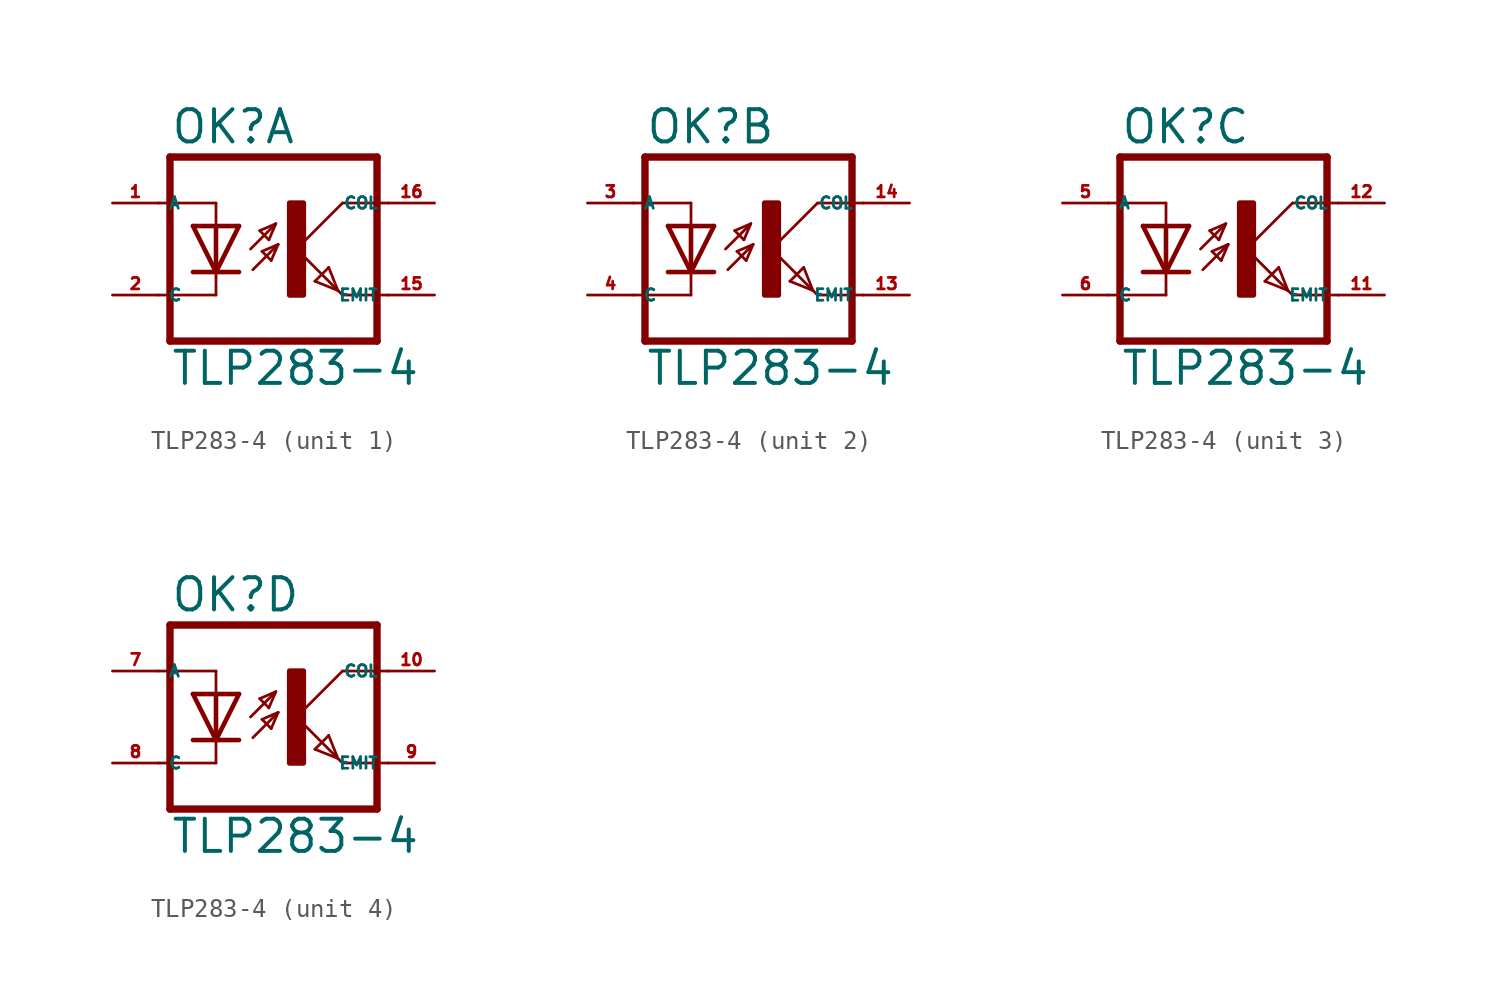
<source format=kicad_sym>
(kicad_symbol_lib
  (version 20220914)
  (generator kicad_symbol_editor)
  (symbol "TLP283-4"
    (property "Reference" "OK"
      (at -6.985 5.715 0)
      (effects (font (size 1.778 1.778) (thickness 0.22)) (justify left bottom)))
    (property "Value" "TLP283-4"
      (at -6.985 -7.62 0)
      (effects (font (size 1.778 1.778) (thickness 0.22)) (justify left bottom)))
    (symbol "TLP283-4_1_0"
      (rectangle (start -0.381 -2.54) (end 0.381 2.54) (stroke (width 0.3) (type default)) (fill (type outline)))
      (polyline (pts (xy -6.985 -5.08) (xy 4.445 -5.08)) (stroke (width 0.406) (type default)) (fill (type none)))
      (polyline (pts (xy -6.985 5.08) (xy -6.985 -5.08)) (stroke (width 0.406) (type default)) (fill (type none)))
      (polyline (pts (xy -6.985 5.08) (xy 4.445 5.08)) (stroke (width 0.406) (type default)) (fill (type none)))
      (polyline (pts (xy -4.445 -2.54) (xy -7.62 -2.54)) (stroke (width 0.152) (type default)) (fill (type none)))
      (polyline (pts (xy -4.445 -1.27) (xy -5.715 -1.27)) (stroke (width 0.254) (type default)) (fill (type none)))
      (polyline (pts (xy -4.445 -1.27) (xy -5.715 1.27)) (stroke (width 0.254) (type default)) (fill (type none)))
      (polyline (pts (xy -4.445 -1.27) (xy -4.445 -2.54)) (stroke (width 0.152) (type default)) (fill (type none)))
      (polyline (pts (xy -4.445 1.27) (xy -5.715 1.27)) (stroke (width 0.254) (type default)) (fill (type none)))
      (polyline (pts (xy -4.445 1.27) (xy -4.445 -1.27)) (stroke (width 0.254) (type default)) (fill (type none)))
      (polyline (pts (xy -4.445 2.54) (xy -7.62 2.54)) (stroke (width 0.152) (type default)) (fill (type none)))
      (polyline (pts (xy -4.445 2.54) (xy -4.445 1.27)) (stroke (width 0.152) (type default)) (fill (type none)))
      (polyline (pts (xy -3.175 -1.27) (xy -4.445 -1.27)) (stroke (width 0.254) (type default)) (fill (type none)))
      (polyline (pts (xy -3.175 1.27) (xy -4.445 -1.27)) (stroke (width 0.254) (type default)) (fill (type none)))
      (polyline (pts (xy -3.175 1.27) (xy -4.445 1.27)) (stroke (width 0.254) (type default)) (fill (type none)))
      (polyline (pts (xy -2.54 0) (xy -1.143 1.397)) (stroke (width 0.152) (type default)) (fill (type none)))
      (polyline (pts (xy -2.413 -1.143) (xy -1.016 0.254)) (stroke (width 0.152) (type default)) (fill (type none)))
      (polyline (pts (xy -2.032 1.016) (xy -1.524 0.508)) (stroke (width 0.152) (type default)) (fill (type none)))
      (polyline (pts (xy -1.905 -0.127) (xy -1.397 -0.635)) (stroke (width 0.152) (type default)) (fill (type none)))
      (polyline (pts (xy -1.524 0.508) (xy -1.143 1.397)) (stroke (width 0.152) (type default)) (fill (type none)))
      (polyline (pts (xy -1.397 -0.635) (xy -1.016 0.254)) (stroke (width 0.152) (type default)) (fill (type none)))
      (polyline (pts (xy -1.143 1.397) (xy -2.032 1.016)) (stroke (width 0.152) (type default)) (fill (type none)))
      (polyline (pts (xy -1.016 0.254) (xy -1.905 -0.127)) (stroke (width 0.152) (type default)) (fill (type none)))
      (polyline (pts (xy 0 0) (xy 2.286 -2.286)) (stroke (width 0.152) (type default)) (fill (type none)))
      (polyline (pts (xy 1.016 -1.778) (xy 1.778 -1.016)) (stroke (width 0.152) (type default)) (fill (type none)))
      (polyline (pts (xy 1.778 -1.016) (xy 2.286 -2.286)) (stroke (width 0.152) (type default)) (fill (type none)))
      (polyline (pts (xy 2.286 -2.286) (xy 1.016 -1.778)) (stroke (width 0.152) (type default)) (fill (type none)))
      (polyline (pts (xy 2.286 -2.286) (xy 2.54 -2.54)) (stroke (width 0.152) (type default)) (fill (type none)))
      (polyline (pts (xy 2.54 -2.54) (xy 5.08 -2.54)) (stroke (width 0.152) (type default)) (fill (type none)))
      (polyline (pts (xy 2.54 2.54) (xy 0 0)) (stroke (width 0.152) (type default)) (fill (type none)))
      (polyline (pts (xy 2.54 2.54) (xy 5.08 2.54)) (stroke (width 0.152) (type default)) (fill (type none)))
      (polyline (pts (xy 4.445 5.08) (xy 4.445 -5.08)) (stroke (width 0.406) (type default)) (fill (type none)))
      (pin passive line (at -10.16 2.54 0) (length 2.54) (name "A" (effects (font (size 0.635 0.635)))) (number "1" (effects (font (size 0.635 0.635)))))
      (pin passive line (at 7.62 -2.54 180) (length 2.54) (name "EMIT" (effects (font (size 0.635 0.635)))) (number "15" (effects (font (size 0.635 0.635)))))
      (pin passive line (at 7.62 2.54 180) (length 2.54) (name "COL" (effects (font (size 0.635 0.635)))) (number "16" (effects (font (size 0.635 0.635)))))
      (pin passive line (at -10.16 -2.54 0) (length 2.54) (name "C" (effects (font (size 0.635 0.635)))) (number "2" (effects (font (size 0.635 0.635))))))
    (symbol "TLP283-4_2_0"
      (rectangle (start -0.381 -2.54) (end 0.381 2.54) (stroke (width 0.3) (type default)) (fill (type outline)))
      (polyline (pts (xy -6.985 -5.08) (xy 4.445 -5.08)) (stroke (width 0.406) (type default)) (fill (type none)))
      (polyline (pts (xy -6.985 5.08) (xy -6.985 -5.08)) (stroke (width 0.406) (type default)) (fill (type none)))
      (polyline (pts (xy -6.985 5.08) (xy 4.445 5.08)) (stroke (width 0.406) (type default)) (fill (type none)))
      (polyline (pts (xy -4.445 -2.54) (xy -7.62 -2.54)) (stroke (width 0.152) (type default)) (fill (type none)))
      (polyline (pts (xy -4.445 -1.27) (xy -5.715 -1.27)) (stroke (width 0.254) (type default)) (fill (type none)))
      (polyline (pts (xy -4.445 -1.27) (xy -5.715 1.27)) (stroke (width 0.254) (type default)) (fill (type none)))
      (polyline (pts (xy -4.445 -1.27) (xy -4.445 -2.54)) (stroke (width 0.152) (type default)) (fill (type none)))
      (polyline (pts (xy -4.445 1.27) (xy -5.715 1.27)) (stroke (width 0.254) (type default)) (fill (type none)))
      (polyline (pts (xy -4.445 1.27) (xy -4.445 -1.27)) (stroke (width 0.254) (type default)) (fill (type none)))
      (polyline (pts (xy -4.445 2.54) (xy -7.62 2.54)) (stroke (width 0.152) (type default)) (fill (type none)))
      (polyline (pts (xy -4.445 2.54) (xy -4.445 1.27)) (stroke (width 0.152) (type default)) (fill (type none)))
      (polyline (pts (xy -3.175 -1.27) (xy -4.445 -1.27)) (stroke (width 0.254) (type default)) (fill (type none)))
      (polyline (pts (xy -3.175 1.27) (xy -4.445 -1.27)) (stroke (width 0.254) (type default)) (fill (type none)))
      (polyline (pts (xy -3.175 1.27) (xy -4.445 1.27)) (stroke (width 0.254) (type default)) (fill (type none)))
      (polyline (pts (xy -2.54 0) (xy -1.143 1.397)) (stroke (width 0.152) (type default)) (fill (type none)))
      (polyline (pts (xy -2.413 -1.143) (xy -1.016 0.254)) (stroke (width 0.152) (type default)) (fill (type none)))
      (polyline (pts (xy -2.032 1.016) (xy -1.524 0.508)) (stroke (width 0.152) (type default)) (fill (type none)))
      (polyline (pts (xy -1.905 -0.127) (xy -1.397 -0.635)) (stroke (width 0.152) (type default)) (fill (type none)))
      (polyline (pts (xy -1.524 0.508) (xy -1.143 1.397)) (stroke (width 0.152) (type default)) (fill (type none)))
      (polyline (pts (xy -1.397 -0.635) (xy -1.016 0.254)) (stroke (width 0.152) (type default)) (fill (type none)))
      (polyline (pts (xy -1.143 1.397) (xy -2.032 1.016)) (stroke (width 0.152) (type default)) (fill (type none)))
      (polyline (pts (xy -1.016 0.254) (xy -1.905 -0.127)) (stroke (width 0.152) (type default)) (fill (type none)))
      (polyline (pts (xy 0 0) (xy 2.286 -2.286)) (stroke (width 0.152) (type default)) (fill (type none)))
      (polyline (pts (xy 1.016 -1.778) (xy 1.778 -1.016)) (stroke (width 0.152) (type default)) (fill (type none)))
      (polyline (pts (xy 1.778 -1.016) (xy 2.286 -2.286)) (stroke (width 0.152) (type default)) (fill (type none)))
      (polyline (pts (xy 2.286 -2.286) (xy 1.016 -1.778)) (stroke (width 0.152) (type default)) (fill (type none)))
      (polyline (pts (xy 2.286 -2.286) (xy 2.54 -2.54)) (stroke (width 0.152) (type default)) (fill (type none)))
      (polyline (pts (xy 2.54 -2.54) (xy 5.08 -2.54)) (stroke (width 0.152) (type default)) (fill (type none)))
      (polyline (pts (xy 2.54 2.54) (xy 0 0)) (stroke (width 0.152) (type default)) (fill (type none)))
      (polyline (pts (xy 2.54 2.54) (xy 5.08 2.54)) (stroke (width 0.152) (type default)) (fill (type none)))
      (polyline (pts (xy 4.445 5.08) (xy 4.445 -5.08)) (stroke (width 0.406) (type default)) (fill (type none)))
      (pin passive line (at 7.62 -2.54 180) (length 2.54) (name "EMIT" (effects (font (size 0.635 0.635)))) (number "13" (effects (font (size 0.635 0.635)))))
      (pin passive line (at 7.62 2.54 180) (length 2.54) (name "COL" (effects (font (size 0.635 0.635)))) (number "14" (effects (font (size 0.635 0.635)))))
      (pin passive line (at -10.16 2.54 0) (length 2.54) (name "A" (effects (font (size 0.635 0.635)))) (number "3" (effects (font (size 0.635 0.635)))))
      (pin passive line (at -10.16 -2.54 0) (length 2.54) (name "C" (effects (font (size 0.635 0.635)))) (number "4" (effects (font (size 0.635 0.635))))))
    (symbol "TLP283-4_3_0"
      (rectangle (start -0.381 -2.54) (end 0.381 2.54) (stroke (width 0.3) (type default)) (fill (type outline)))
      (polyline (pts (xy -6.985 -5.08) (xy 4.445 -5.08)) (stroke (width 0.406) (type default)) (fill (type none)))
      (polyline (pts (xy -6.985 5.08) (xy -6.985 -5.08)) (stroke (width 0.406) (type default)) (fill (type none)))
      (polyline (pts (xy -6.985 5.08) (xy 4.445 5.08)) (stroke (width 0.406) (type default)) (fill (type none)))
      (polyline (pts (xy -4.445 -2.54) (xy -7.62 -2.54)) (stroke (width 0.152) (type default)) (fill (type none)))
      (polyline (pts (xy -4.445 -1.27) (xy -5.715 -1.27)) (stroke (width 0.254) (type default)) (fill (type none)))
      (polyline (pts (xy -4.445 -1.27) (xy -5.715 1.27)) (stroke (width 0.254) (type default)) (fill (type none)))
      (polyline (pts (xy -4.445 -1.27) (xy -4.445 -2.54)) (stroke (width 0.152) (type default)) (fill (type none)))
      (polyline (pts (xy -4.445 1.27) (xy -5.715 1.27)) (stroke (width 0.254) (type default)) (fill (type none)))
      (polyline (pts (xy -4.445 1.27) (xy -4.445 -1.27)) (stroke (width 0.254) (type default)) (fill (type none)))
      (polyline (pts (xy -4.445 2.54) (xy -7.62 2.54)) (stroke (width 0.152) (type default)) (fill (type none)))
      (polyline (pts (xy -4.445 2.54) (xy -4.445 1.27)) (stroke (width 0.152) (type default)) (fill (type none)))
      (polyline (pts (xy -3.175 -1.27) (xy -4.445 -1.27)) (stroke (width 0.254) (type default)) (fill (type none)))
      (polyline (pts (xy -3.175 1.27) (xy -4.445 -1.27)) (stroke (width 0.254) (type default)) (fill (type none)))
      (polyline (pts (xy -3.175 1.27) (xy -4.445 1.27)) (stroke (width 0.254) (type default)) (fill (type none)))
      (polyline (pts (xy -2.54 0) (xy -1.143 1.397)) (stroke (width 0.152) (type default)) (fill (type none)))
      (polyline (pts (xy -2.413 -1.143) (xy -1.016 0.254)) (stroke (width 0.152) (type default)) (fill (type none)))
      (polyline (pts (xy -2.032 1.016) (xy -1.524 0.508)) (stroke (width 0.152) (type default)) (fill (type none)))
      (polyline (pts (xy -1.905 -0.127) (xy -1.397 -0.635)) (stroke (width 0.152) (type default)) (fill (type none)))
      (polyline (pts (xy -1.524 0.508) (xy -1.143 1.397)) (stroke (width 0.152) (type default)) (fill (type none)))
      (polyline (pts (xy -1.397 -0.635) (xy -1.016 0.254)) (stroke (width 0.152) (type default)) (fill (type none)))
      (polyline (pts (xy -1.143 1.397) (xy -2.032 1.016)) (stroke (width 0.152) (type default)) (fill (type none)))
      (polyline (pts (xy -1.016 0.254) (xy -1.905 -0.127)) (stroke (width 0.152) (type default)) (fill (type none)))
      (polyline (pts (xy 0 0) (xy 2.286 -2.286)) (stroke (width 0.152) (type default)) (fill (type none)))
      (polyline (pts (xy 1.016 -1.778) (xy 1.778 -1.016)) (stroke (width 0.152) (type default)) (fill (type none)))
      (polyline (pts (xy 1.778 -1.016) (xy 2.286 -2.286)) (stroke (width 0.152) (type default)) (fill (type none)))
      (polyline (pts (xy 2.286 -2.286) (xy 1.016 -1.778)) (stroke (width 0.152) (type default)) (fill (type none)))
      (polyline (pts (xy 2.286 -2.286) (xy 2.54 -2.54)) (stroke (width 0.152) (type default)) (fill (type none)))
      (polyline (pts (xy 2.54 -2.54) (xy 5.08 -2.54)) (stroke (width 0.152) (type default)) (fill (type none)))
      (polyline (pts (xy 2.54 2.54) (xy 0 0)) (stroke (width 0.152) (type default)) (fill (type none)))
      (polyline (pts (xy 2.54 2.54) (xy 5.08 2.54)) (stroke (width 0.152) (type default)) (fill (type none)))
      (polyline (pts (xy 4.445 5.08) (xy 4.445 -5.08)) (stroke (width 0.406) (type default)) (fill (type none)))
      (pin passive line (at 7.62 -2.54 180) (length 2.54) (name "EMIT" (effects (font (size 0.635 0.635)))) (number "11" (effects (font (size 0.635 0.635)))))
      (pin passive line (at 7.62 2.54 180) (length 2.54) (name "COL" (effects (font (size 0.635 0.635)))) (number "12" (effects (font (size 0.635 0.635)))))
      (pin passive line (at -10.16 2.54 0) (length 2.54) (name "A" (effects (font (size 0.635 0.635)))) (number "5" (effects (font (size 0.635 0.635)))))
      (pin passive line (at -10.16 -2.54 0) (length 2.54) (name "C" (effects (font (size 0.635 0.635)))) (number "6" (effects (font (size 0.635 0.635))))))
    (symbol "TLP283-4_4_0"
      (rectangle (start -0.381 -2.54) (end 0.381 2.54) (stroke (width 0.3) (type default)) (fill (type outline)))
      (polyline (pts (xy -6.985 -5.08) (xy 4.445 -5.08)) (stroke (width 0.406) (type default)) (fill (type none)))
      (polyline (pts (xy -6.985 5.08) (xy -6.985 -5.08)) (stroke (width 0.406) (type default)) (fill (type none)))
      (polyline (pts (xy -6.985 5.08) (xy 4.445 5.08)) (stroke (width 0.406) (type default)) (fill (type none)))
      (polyline (pts (xy -4.445 -2.54) (xy -7.62 -2.54)) (stroke (width 0.152) (type default)) (fill (type none)))
      (polyline (pts (xy -4.445 -1.27) (xy -5.715 -1.27)) (stroke (width 0.254) (type default)) (fill (type none)))
      (polyline (pts (xy -4.445 -1.27) (xy -5.715 1.27)) (stroke (width 0.254) (type default)) (fill (type none)))
      (polyline (pts (xy -4.445 -1.27) (xy -4.445 -2.54)) (stroke (width 0.152) (type default)) (fill (type none)))
      (polyline (pts (xy -4.445 1.27) (xy -5.715 1.27)) (stroke (width 0.254) (type default)) (fill (type none)))
      (polyline (pts (xy -4.445 1.27) (xy -4.445 -1.27)) (stroke (width 0.254) (type default)) (fill (type none)))
      (polyline (pts (xy -4.445 2.54) (xy -7.62 2.54)) (stroke (width 0.152) (type default)) (fill (type none)))
      (polyline (pts (xy -4.445 2.54) (xy -4.445 1.27)) (stroke (width 0.152) (type default)) (fill (type none)))
      (polyline (pts (xy -3.175 -1.27) (xy -4.445 -1.27)) (stroke (width 0.254) (type default)) (fill (type none)))
      (polyline (pts (xy -3.175 1.27) (xy -4.445 -1.27)) (stroke (width 0.254) (type default)) (fill (type none)))
      (polyline (pts (xy -3.175 1.27) (xy -4.445 1.27)) (stroke (width 0.254) (type default)) (fill (type none)))
      (polyline (pts (xy -2.54 0) (xy -1.143 1.397)) (stroke (width 0.152) (type default)) (fill (type none)))
      (polyline (pts (xy -2.413 -1.143) (xy -1.016 0.254)) (stroke (width 0.152) (type default)) (fill (type none)))
      (polyline (pts (xy -2.032 1.016) (xy -1.524 0.508)) (stroke (width 0.152) (type default)) (fill (type none)))
      (polyline (pts (xy -1.905 -0.127) (xy -1.397 -0.635)) (stroke (width 0.152) (type default)) (fill (type none)))
      (polyline (pts (xy -1.524 0.508) (xy -1.143 1.397)) (stroke (width 0.152) (type default)) (fill (type none)))
      (polyline (pts (xy -1.397 -0.635) (xy -1.016 0.254)) (stroke (width 0.152) (type default)) (fill (type none)))
      (polyline (pts (xy -1.143 1.397) (xy -2.032 1.016)) (stroke (width 0.152) (type default)) (fill (type none)))
      (polyline (pts (xy -1.016 0.254) (xy -1.905 -0.127)) (stroke (width 0.152) (type default)) (fill (type none)))
      (polyline (pts (xy 0 0) (xy 2.286 -2.286)) (stroke (width 0.152) (type default)) (fill (type none)))
      (polyline (pts (xy 1.016 -1.778) (xy 1.778 -1.016)) (stroke (width 0.152) (type default)) (fill (type none)))
      (polyline (pts (xy 1.778 -1.016) (xy 2.286 -2.286)) (stroke (width 0.152) (type default)) (fill (type none)))
      (polyline (pts (xy 2.286 -2.286) (xy 1.016 -1.778)) (stroke (width 0.152) (type default)) (fill (type none)))
      (polyline (pts (xy 2.286 -2.286) (xy 2.54 -2.54)) (stroke (width 0.152) (type default)) (fill (type none)))
      (polyline (pts (xy 2.54 -2.54) (xy 5.08 -2.54)) (stroke (width 0.152) (type default)) (fill (type none)))
      (polyline (pts (xy 2.54 2.54) (xy 0 0)) (stroke (width 0.152) (type default)) (fill (type none)))
      (polyline (pts (xy 2.54 2.54) (xy 5.08 2.54)) (stroke (width 0.152) (type default)) (fill (type none)))
      (polyline (pts (xy 4.445 5.08) (xy 4.445 -5.08)) (stroke (width 0.406) (type default)) (fill (type none)))
      (pin passive line (at 7.62 2.54 180) (length 2.54) (name "COL" (effects (font (size 0.635 0.635)))) (number "10" (effects (font (size 0.635 0.635)))))
      (pin passive line (at -10.16 2.54 0) (length 2.54) (name "A" (effects (font (size 0.635 0.635)))) (number "7" (effects (font (size 0.635 0.635)))))
      (pin passive line (at -10.16 -2.54 0) (length 2.54) (name "C" (effects (font (size 0.635 0.635)))) (number "8" (effects (font (size 0.635 0.635)))))
      (pin passive line (at 7.62 -2.54 180) (length 2.54) (name "EMIT" (effects (font (size 0.635 0.635)))) (number "9" (effects (font (size 0.635 0.635))))))))
</source>
